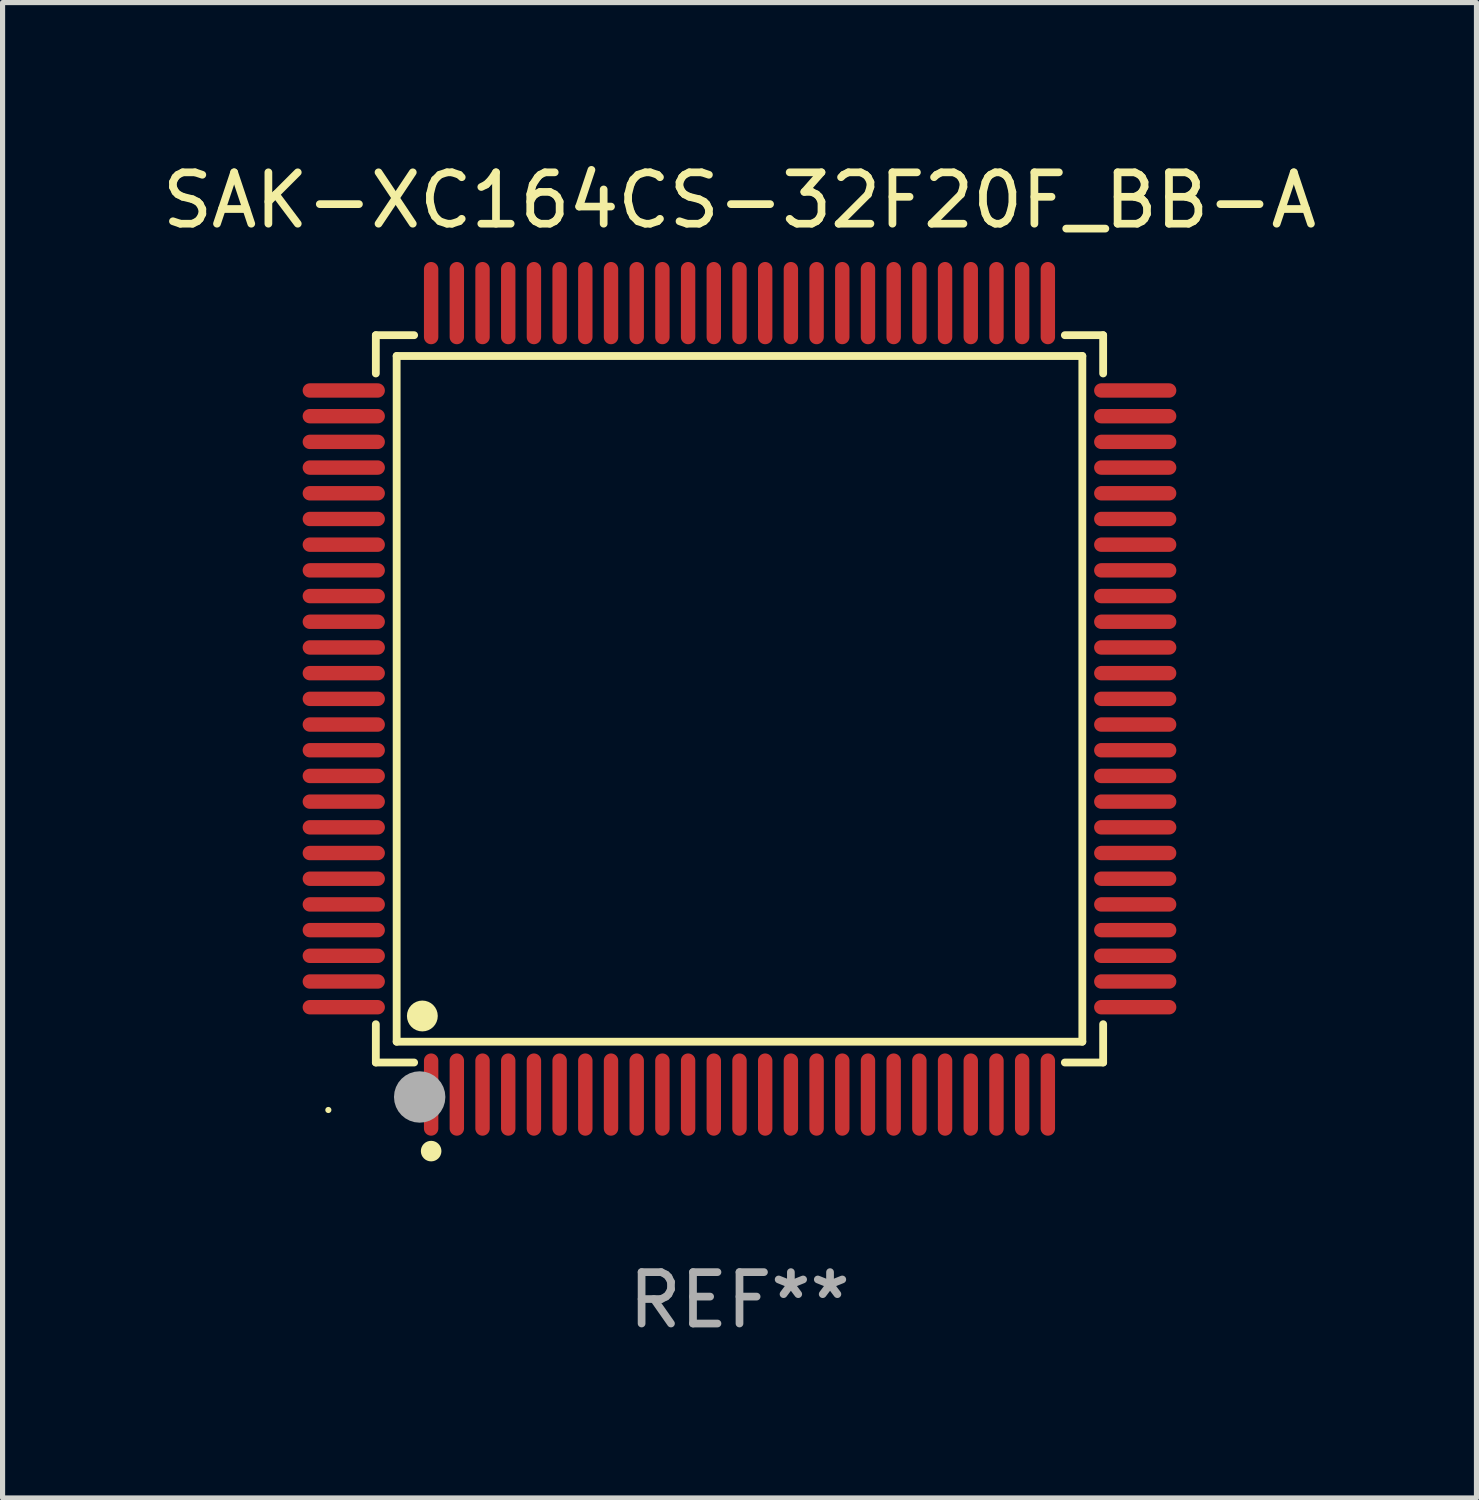
<source format=kicad_pcb>
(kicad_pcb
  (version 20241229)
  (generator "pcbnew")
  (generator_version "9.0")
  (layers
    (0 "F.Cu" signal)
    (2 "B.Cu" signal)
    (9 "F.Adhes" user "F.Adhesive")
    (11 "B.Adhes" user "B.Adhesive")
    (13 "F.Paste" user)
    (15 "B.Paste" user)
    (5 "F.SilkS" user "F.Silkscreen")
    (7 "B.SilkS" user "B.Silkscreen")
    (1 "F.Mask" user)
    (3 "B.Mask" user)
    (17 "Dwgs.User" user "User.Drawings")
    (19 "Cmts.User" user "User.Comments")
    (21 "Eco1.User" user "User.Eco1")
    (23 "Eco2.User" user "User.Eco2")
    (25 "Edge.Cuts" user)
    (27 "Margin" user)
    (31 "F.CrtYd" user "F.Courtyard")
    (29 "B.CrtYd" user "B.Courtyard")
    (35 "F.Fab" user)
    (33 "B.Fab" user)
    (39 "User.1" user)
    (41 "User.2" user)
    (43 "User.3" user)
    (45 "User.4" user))
  (footprint "SAK-XC164CS-32F20F_BB-A"
    (layer "F.Cu")
    (at 11.339 10.548)
    (property "Reference" "SAK-XC164CS-32F20F_BB-A" (at 0 -9.7 0) (layer "F.SilkS") (effects (font (size 1 1) (thickness 0.15))))
    (attr through_hole)
    (fp_line (start -7.076 -7.076) (end -6.331 -7.076) (stroke (width 0.152) (type solid)) (layer "F.SilkS"))
    (fp_line (start -7.076 -6.331) (end -7.076 -7.076) (stroke (width 0.152) (type solid)) (layer "F.SilkS"))
    (fp_line (start -7.076 6.331) (end -7.076 7.076) (stroke (width 0.152) (type solid)) (layer "F.SilkS"))
    (fp_line (start -7.076 7.076) (end -6.331 7.076) (stroke (width 0.152) (type solid)) (layer "F.SilkS"))
    (fp_line (start -6.671 -6.671) (end 6.671 -6.671) (stroke (width 0.152) (type solid)) (layer "F.SilkS"))
    (fp_line (start -6.671 6.671) (end -6.671 -6.671) (stroke (width 0.152) (type solid)) (layer "F.SilkS"))
    (fp_line (start 6.671 -6.671) (end 6.671 6.671) (stroke (width 0.152) (type solid)) (layer "F.SilkS"))
    (fp_line (start 6.671 6.671) (end -6.671 6.671) (stroke (width 0.152) (type solid)) (layer "F.SilkS"))
    (fp_line (start 7.076 -7.076) (end 6.331 -7.076) (stroke (width 0.152) (type solid)) (layer "F.SilkS"))
    (fp_line (start 7.076 -6.331) (end 7.076 -7.076) (stroke (width 0.152) (type solid)) (layer "F.SilkS"))
    (fp_line (start 7.076 6.331) (end 7.076 7.076) (stroke (width 0.152) (type solid)) (layer "F.SilkS"))
    (fp_line (start 7.076 7.076) (end 6.331 7.076) (stroke (width 0.152) (type solid)) (layer "F.SilkS"))
    (fp_circle (center -8 8) (end -7.97 8) (stroke (width 0.06) (type solid)) (fill no) (layer "F.SilkS"))
    (fp_circle (center -6.171 6.171) (end -6.021 6.171) (stroke (width 0.3) (type solid)) (fill no) (layer "F.SilkS"))
    (fp_circle (center -6 8.8) (end -5.9 8.8) (stroke (width 0.2) (type solid)) (fill no) (layer "F.SilkS"))
    (fp_circle (center -6.223 7.747) (end -5.973 7.747) (stroke (width 0.5) (type solid)) (fill no) (layer "F.Fab"))
    (fp_text user "REF**" (at 0 11.7 0) (layer "F.Fab") (effects (font (size 1 1) (thickness 0.15))))
    (pad "1" smd oval (at -6 7.7) (size 0.28 1.6) (layers "F.Cu" "F.Mask" "F.Paste"))
    (pad "2" smd oval (at -5.5 7.7) (size 0.28 1.6) (layers "F.Cu" "F.Mask" "F.Paste"))
    (pad "3" smd oval (at -5 7.7) (size 0.28 1.6) (layers "F.Cu" "F.Mask" "F.Paste"))
    (pad "4" smd oval (at -4.5 7.7) (size 0.28 1.6) (layers "F.Cu" "F.Mask" "F.Paste"))
    (pad "5" smd oval (at -4 7.7) (size 0.28 1.6) (layers "F.Cu" "F.Mask" "F.Paste"))
    (pad "6" smd oval (at -3.5 7.7) (size 0.28 1.6) (layers "F.Cu" "F.Mask" "F.Paste"))
    (pad "7" smd oval (at -3 7.7) (size 0.28 1.6) (layers "F.Cu" "F.Mask" "F.Paste"))
    (pad "8" smd oval (at -2.5 7.7) (size 0.28 1.6) (layers "F.Cu" "F.Mask" "F.Paste"))
    (pad "9" smd oval (at -2 7.7) (size 0.28 1.6) (layers "F.Cu" "F.Mask" "F.Paste"))
    (pad "10" smd oval (at -1.5 7.7) (size 0.28 1.6) (layers "F.Cu" "F.Mask" "F.Paste"))
    (pad "11" smd oval (at -1 7.7) (size 0.28 1.6) (layers "F.Cu" "F.Mask" "F.Paste"))
    (pad "12" smd oval (at -0.5 7.7) (size 0.28 1.6) (layers "F.Cu" "F.Mask" "F.Paste"))
    (pad "13" smd oval (at 0 7.7) (size 0.28 1.6) (layers "F.Cu" "F.Mask" "F.Paste"))
    (pad "14" smd oval (at 0.5 7.7) (size 0.28 1.6) (layers "F.Cu" "F.Mask" "F.Paste"))
    (pad "15" smd oval (at 1 7.7) (size 0.28 1.6) (layers "F.Cu" "F.Mask" "F.Paste"))
    (pad "16" smd oval (at 1.5 7.7) (size 0.28 1.6) (layers "F.Cu" "F.Mask" "F.Paste"))
    (pad "17" smd oval (at 2 7.7) (size 0.28 1.6) (layers "F.Cu" "F.Mask" "F.Paste"))
    (pad "18" smd oval (at 2.5 7.7) (size 0.28 1.6) (layers "F.Cu" "F.Mask" "F.Paste"))
    (pad "19" smd oval (at 3 7.7) (size 0.28 1.6) (layers "F.Cu" "F.Mask" "F.Paste"))
    (pad "20" smd oval (at 3.5 7.7) (size 0.28 1.6) (layers "F.Cu" "F.Mask" "F.Paste"))
    (pad "21" smd oval (at 4 7.7) (size 0.28 1.6) (layers "F.Cu" "F.Mask" "F.Paste"))
    (pad "22" smd oval (at 4.5 7.7) (size 0.28 1.6) (layers "F.Cu" "F.Mask" "F.Paste"))
    (pad "23" smd oval (at 5 7.7) (size 0.28 1.6) (layers "F.Cu" "F.Mask" "F.Paste"))
    (pad "24" smd oval (at 5.5 7.7) (size 0.28 1.6) (layers "F.Cu" "F.Mask" "F.Paste"))
    (pad "25" smd oval (at 6 7.7) (size 0.28 1.6) (layers "F.Cu" "F.Mask" "F.Paste"))
    (pad "26" smd oval (at 7.7 6) (size 1.6 0.28) (layers "F.Cu" "F.Mask" "F.Paste"))
    (pad "27" smd oval (at 7.7 5.5) (size 1.6 0.28) (layers "F.Cu" "F.Mask" "F.Paste"))
    (pad "28" smd oval (at 7.7 5) (size 1.6 0.28) (layers "F.Cu" "F.Mask" "F.Paste"))
    (pad "29" smd oval (at 7.7 4.5) (size 1.6 0.28) (layers "F.Cu" "F.Mask" "F.Paste"))
    (pad "30" smd oval (at 7.7 4) (size 1.6 0.28) (layers "F.Cu" "F.Mask" "F.Paste"))
    (pad "31" smd oval (at 7.7 3.5) (size 1.6 0.28) (layers "F.Cu" "F.Mask" "F.Paste"))
    (pad "32" smd oval (at 7.7 3) (size 1.6 0.28) (layers "F.Cu" "F.Mask" "F.Paste"))
    (pad "33" smd oval (at 7.7 2.5) (size 1.6 0.28) (layers "F.Cu" "F.Mask" "F.Paste"))
    (pad "34" smd oval (at 7.7 2) (size 1.6 0.28) (layers "F.Cu" "F.Mask" "F.Paste"))
    (pad "35" smd oval (at 7.7 1.5) (size 1.6 0.28) (layers "F.Cu" "F.Mask" "F.Paste"))
    (pad "36" smd oval (at 7.7 1) (size 1.6 0.28) (layers "F.Cu" "F.Mask" "F.Paste"))
    (pad "37" smd oval (at 7.7 0.5) (size 1.6 0.28) (layers "F.Cu" "F.Mask" "F.Paste"))
    (pad "38" smd oval (at 7.7 0) (size 1.6 0.28) (layers "F.Cu" "F.Mask" "F.Paste"))
    (pad "39" smd oval (at 7.7 -0.5) (size 1.6 0.28) (layers "F.Cu" "F.Mask" "F.Paste"))
    (pad "40" smd oval (at 7.7 -1) (size 1.6 0.28) (layers "F.Cu" "F.Mask" "F.Paste"))
    (pad "41" smd oval (at 7.7 -1.5) (size 1.6 0.28) (layers "F.Cu" "F.Mask" "F.Paste"))
    (pad "42" smd oval (at 7.7 -2) (size 1.6 0.28) (layers "F.Cu" "F.Mask" "F.Paste"))
    (pad "43" smd oval (at 7.7 -2.5) (size 1.6 0.28) (layers "F.Cu" "F.Mask" "F.Paste"))
    (pad "44" smd oval (at 7.7 -3) (size 1.6 0.28) (layers "F.Cu" "F.Mask" "F.Paste"))
    (pad "45" smd oval (at 7.7 -3.5) (size 1.6 0.28) (layers "F.Cu" "F.Mask" "F.Paste"))
    (pad "46" smd oval (at 7.7 -4) (size 1.6 0.28) (layers "F.Cu" "F.Mask" "F.Paste"))
    (pad "47" smd oval (at 7.7 -4.5) (size 1.6 0.28) (layers "F.Cu" "F.Mask" "F.Paste"))
    (pad "48" smd oval (at 7.7 -5) (size 1.6 0.28) (layers "F.Cu" "F.Mask" "F.Paste"))
    (pad "49" smd oval (at 7.7 -5.5) (size 1.6 0.28) (layers "F.Cu" "F.Mask" "F.Paste"))
    (pad "50" smd oval (at 7.7 -6) (size 1.6 0.28) (layers "F.Cu" "F.Mask" "F.Paste"))
    (pad "51" smd oval (at 6 -7.7) (size 0.28 1.6) (layers "F.Cu" "F.Mask" "F.Paste"))
    (pad "52" smd oval (at 5.5 -7.7) (size 0.28 1.6) (layers "F.Cu" "F.Mask" "F.Paste"))
    (pad "53" smd oval (at 5 -7.7) (size 0.28 1.6) (layers "F.Cu" "F.Mask" "F.Paste"))
    (pad "54" smd oval (at 4.5 -7.7) (size 0.28 1.6) (layers "F.Cu" "F.Mask" "F.Paste"))
    (pad "55" smd oval (at 4 -7.7) (size 0.28 1.6) (layers "F.Cu" "F.Mask" "F.Paste"))
    (pad "56" smd oval (at 3.5 -7.7) (size 0.28 1.6) (layers "F.Cu" "F.Mask" "F.Paste"))
    (pad "57" smd oval (at 3 -7.7) (size 0.28 1.6) (layers "F.Cu" "F.Mask" "F.Paste"))
    (pad "58" smd oval (at 2.5 -7.7) (size 0.28 1.6) (layers "F.Cu" "F.Mask" "F.Paste"))
    (pad "59" smd oval (at 2 -7.7) (size 0.28 1.6) (layers "F.Cu" "F.Mask" "F.Paste"))
    (pad "60" smd oval (at 1.5 -7.7) (size 0.28 1.6) (layers "F.Cu" "F.Mask" "F.Paste"))
    (pad "61" smd oval (at 1 -7.7) (size 0.28 1.6) (layers "F.Cu" "F.Mask" "F.Paste"))
    (pad "62" smd oval (at 0.5 -7.7) (size 0.28 1.6) (layers "F.Cu" "F.Mask" "F.Paste"))
    (pad "63" smd oval (at 0 -7.7) (size 0.28 1.6) (layers "F.Cu" "F.Mask" "F.Paste"))
    (pad "64" smd oval (at -0.5 -7.7) (size 0.28 1.6) (layers "F.Cu" "F.Mask" "F.Paste"))
    (pad "65" smd oval (at -1 -7.7) (size 0.28 1.6) (layers "F.Cu" "F.Mask" "F.Paste"))
    (pad "66" smd oval (at -1.5 -7.7) (size 0.28 1.6) (layers "F.Cu" "F.Mask" "F.Paste"))
    (pad "67" smd oval (at -2 -7.7) (size 0.28 1.6) (layers "F.Cu" "F.Mask" "F.Paste"))
    (pad "68" smd oval (at -2.5 -7.7) (size 0.28 1.6) (layers "F.Cu" "F.Mask" "F.Paste"))
    (pad "69" smd oval (at -3 -7.7) (size 0.28 1.6) (layers "F.Cu" "F.Mask" "F.Paste"))
    (pad "70" smd oval (at -3.5 -7.7) (size 0.28 1.6) (layers "F.Cu" "F.Mask" "F.Paste"))
    (pad "71" smd oval (at -4 -7.7) (size 0.28 1.6) (layers "F.Cu" "F.Mask" "F.Paste"))
    (pad "72" smd oval (at -4.5 -7.7) (size 0.28 1.6) (layers "F.Cu" "F.Mask" "F.Paste"))
    (pad "73" smd oval (at -5 -7.7) (size 0.28 1.6) (layers "F.Cu" "F.Mask" "F.Paste"))
    (pad "74" smd oval (at -5.5 -7.7) (size 0.28 1.6) (layers "F.Cu" "F.Mask" "F.Paste"))
    (pad "75" smd oval (at -6 -7.7) (size 0.28 1.6) (layers "F.Cu" "F.Mask" "F.Paste"))
    (pad "76" smd oval (at -7.7 -6) (size 1.6 0.28) (layers "F.Cu" "F.Mask" "F.Paste"))
    (pad "77" smd oval (at -7.7 -5.5) (size 1.6 0.28) (layers "F.Cu" "F.Mask" "F.Paste"))
    (pad "78" smd oval (at -7.7 -5) (size 1.6 0.28) (layers "F.Cu" "F.Mask" "F.Paste"))
    (pad "79" smd oval (at -7.7 -4.5) (size 1.6 0.28) (layers "F.Cu" "F.Mask" "F.Paste"))
    (pad "80" smd oval (at -7.7 -4) (size 1.6 0.28) (layers "F.Cu" "F.Mask" "F.Paste"))
    (pad "81" smd oval (at -7.7 -3.5) (size 1.6 0.28) (layers "F.Cu" "F.Mask" "F.Paste"))
    (pad "82" smd oval (at -7.7 -3) (size 1.6 0.28) (layers "F.Cu" "F.Mask" "F.Paste"))
    (pad "83" smd oval (at -7.7 -2.5) (size 1.6 0.28) (layers "F.Cu" "F.Mask" "F.Paste"))
    (pad "84" smd oval (at -7.7 -2) (size 1.6 0.28) (layers "F.Cu" "F.Mask" "F.Paste"))
    (pad "85" smd oval (at -7.7 -1.5) (size 1.6 0.28) (layers "F.Cu" "F.Mask" "F.Paste"))
    (pad "86" smd oval (at -7.7 -1) (size 1.6 0.28) (layers "F.Cu" "F.Mask" "F.Paste"))
    (pad "87" smd oval (at -7.7 -0.5) (size 1.6 0.28) (layers "F.Cu" "F.Mask" "F.Paste"))
    (pad "88" smd oval (at -7.7 0) (size 1.6 0.28) (layers "F.Cu" "F.Mask" "F.Paste"))
    (pad "89" smd oval (at -7.7 0.5) (size 1.6 0.28) (layers "F.Cu" "F.Mask" "F.Paste"))
    (pad "90" smd oval (at -7.7 1) (size 1.6 0.28) (layers "F.Cu" "F.Mask" "F.Paste"))
    (pad "91" smd oval (at -7.7 1.5) (size 1.6 0.28) (layers "F.Cu" "F.Mask" "F.Paste"))
    (pad "92" smd oval (at -7.7 2) (size 1.6 0.28) (layers "F.Cu" "F.Mask" "F.Paste"))
    (pad "93" smd oval (at -7.7 2.5) (size 1.6 0.28) (layers "F.Cu" "F.Mask" "F.Paste"))
    (pad "94" smd oval (at -7.7 3) (size 1.6 0.28) (layers "F.Cu" "F.Mask" "F.Paste"))
    (pad "95" smd oval (at -7.7 3.5) (size 1.6 0.28) (layers "F.Cu" "F.Mask" "F.Paste"))
    (pad "96" smd oval (at -7.7 4) (size 1.6 0.28) (layers "F.Cu" "F.Mask" "F.Paste"))
    (pad "97" smd oval (at -7.7 4.5) (size 1.6 0.28) (layers "F.Cu" "F.Mask" "F.Paste"))
    (pad "98" smd oval (at -7.7 5) (size 1.6 0.28) (layers "F.Cu" "F.Mask" "F.Paste"))
    (pad "99" smd oval (at -7.7 5.5) (size 1.6 0.28) (layers "F.Cu" "F.Mask" "F.Paste"))
    (pad "100" smd oval (at -7.7 6) (size 1.6 0.28) (layers "F.Cu" "F.Mask" "F.Paste")))
  (gr_rect
    (start -3 -3)
    (end 25.679 26.097)
    (stroke (width 0.1) (type default))
    (fill no)
    (layer "Edge.Cuts")))
</source>
